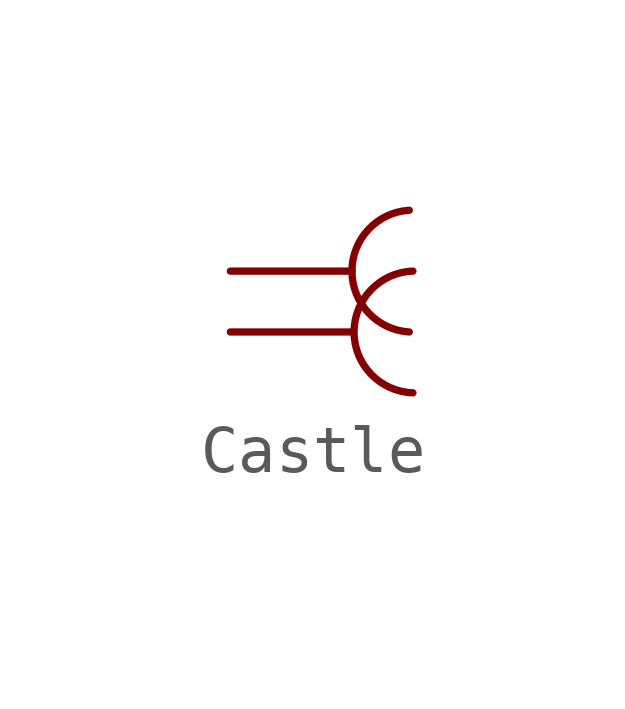
<source format=kicad_sym>
(kicad_symbol_lib
  (version 20211014)
  (generator kicad_symbol_editor)
  (symbol "Castle"
    (pin_numbers hide)
    (pin_names hide)
    (property "Reference" "U"
      (at -2.54 2.54 0)
      (effects (font (size 1.27 1.27)) hide))
    (symbol "Castle_0_1"
      (arc (start 1.1935 1.27) (mid -0.0023 0) (end 1.1935 -1.27) (stroke (width 0) (type default) (color 0 0 0 0)) (fill (type none)))
      (arc (start 1.27 0) (mid 0.0415 -1.27) (end 1.27 -2.54) (stroke (width 0) (type default) (color 0 0 0 0)) (fill (type none))))
    (symbol "Castle_1_1"
      (pin input line (at -2.54 -1.27 0) (length 2.54) (name "" (effects (font (size 1.27 1.27)))) (number "1" (effects (font (size 1.27 1.27)))))
      (pin input line (at -2.54 0 0) (length 2.54) (name "" (effects (font (size 1.27 1.27)))) (number "2" (effects (font (size 1.27 1.27))))))))
</source>
